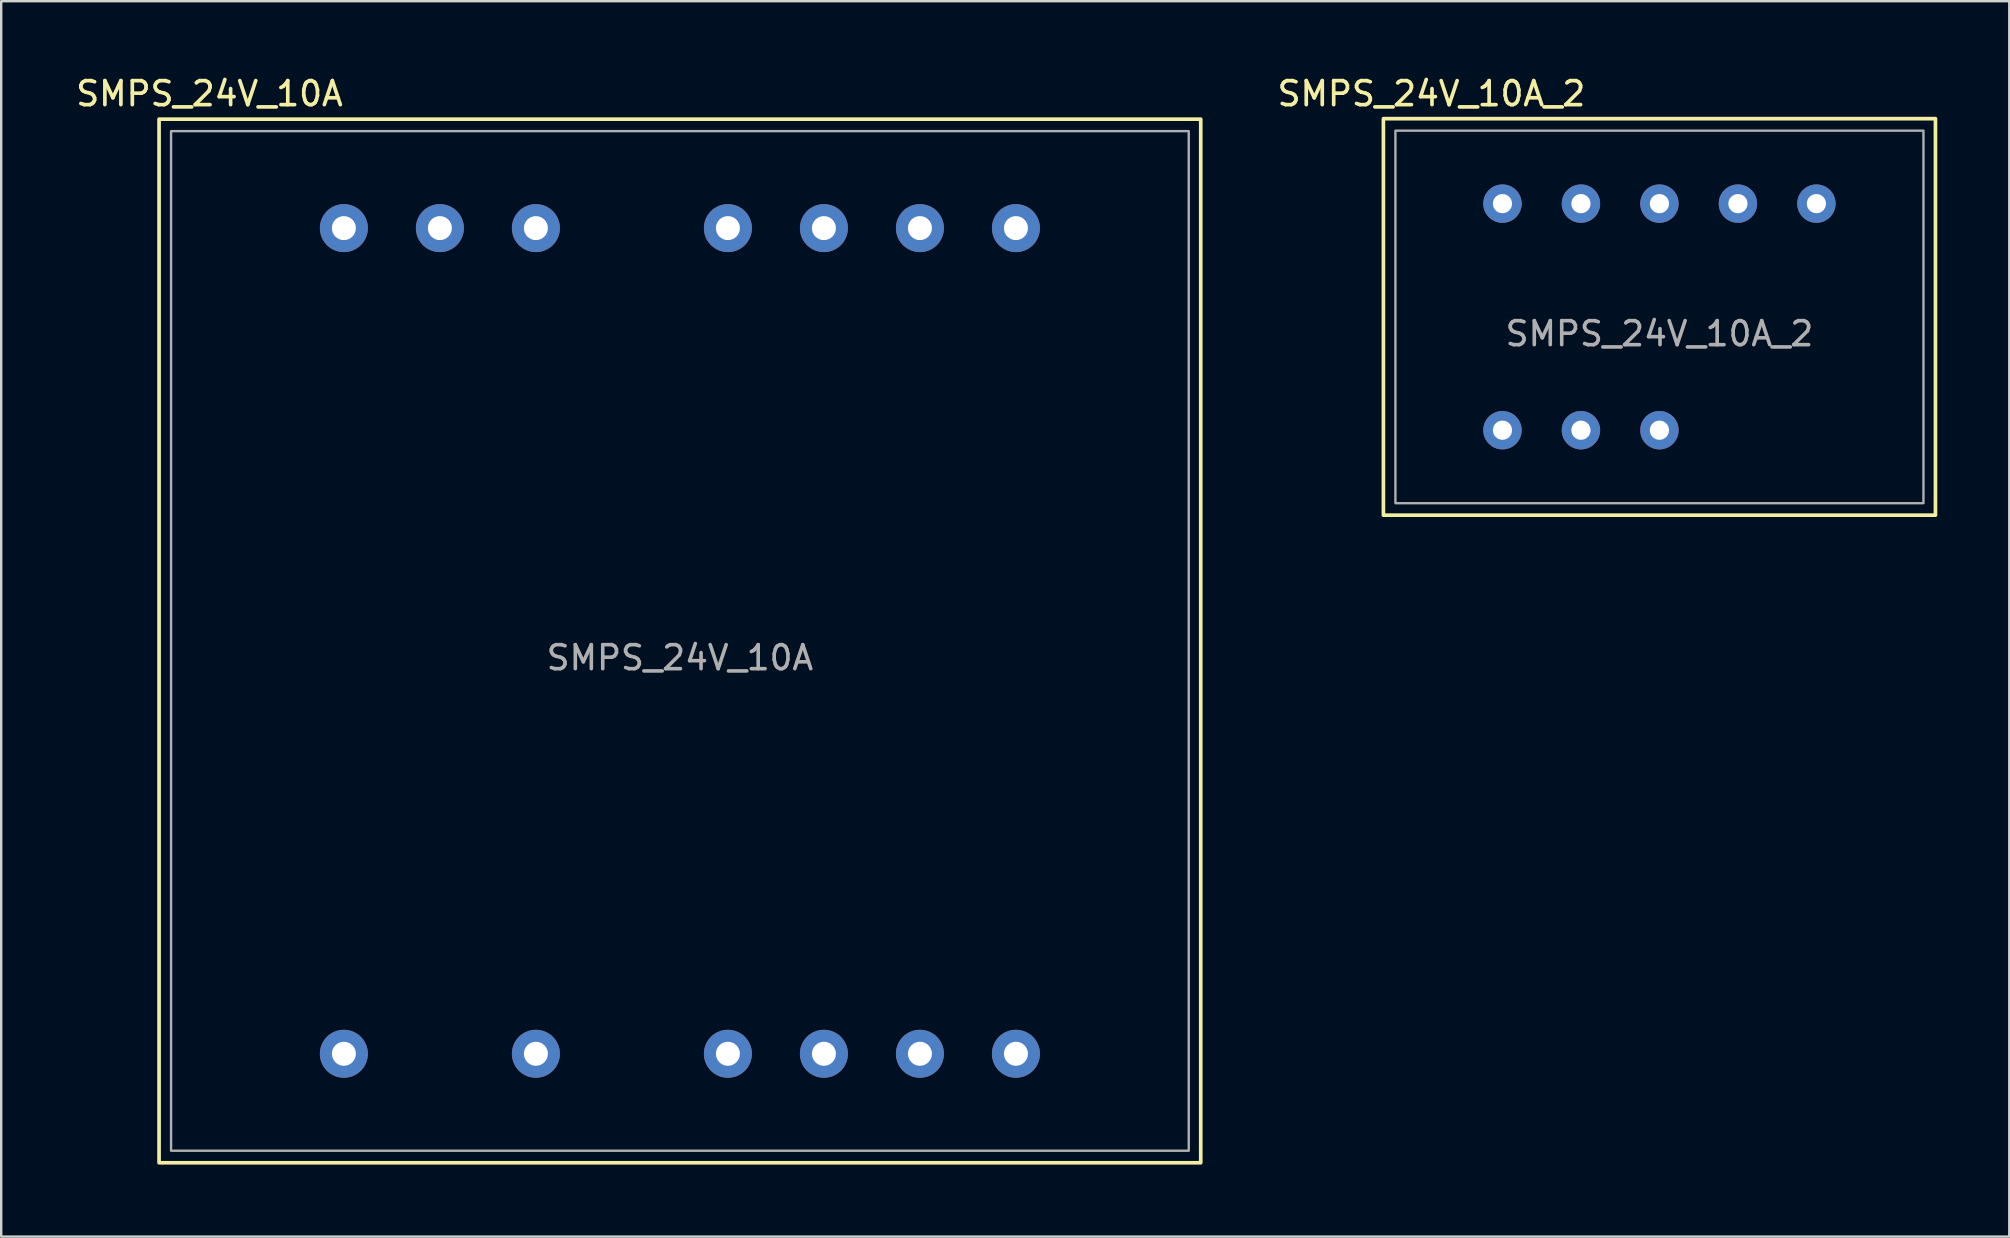
<source format=kicad_pcb>
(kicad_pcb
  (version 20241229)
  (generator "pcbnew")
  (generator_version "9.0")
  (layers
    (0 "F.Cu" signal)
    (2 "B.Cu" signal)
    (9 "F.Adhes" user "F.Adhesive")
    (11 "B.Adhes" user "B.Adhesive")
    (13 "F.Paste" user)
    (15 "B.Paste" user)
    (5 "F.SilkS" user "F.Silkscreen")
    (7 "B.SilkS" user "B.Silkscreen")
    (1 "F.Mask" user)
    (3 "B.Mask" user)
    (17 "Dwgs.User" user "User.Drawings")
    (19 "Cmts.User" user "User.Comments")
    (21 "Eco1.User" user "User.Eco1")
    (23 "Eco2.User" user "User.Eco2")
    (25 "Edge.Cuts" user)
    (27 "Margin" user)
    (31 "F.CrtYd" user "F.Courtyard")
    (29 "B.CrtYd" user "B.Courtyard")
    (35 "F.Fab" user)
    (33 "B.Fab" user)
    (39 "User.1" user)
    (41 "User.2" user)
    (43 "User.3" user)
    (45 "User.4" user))
  (footprint "SMPS_24V_10A"
    (layer "F.Cu")
    (at 25.277 23.654)
    (property "Reference" "SMPS_24V_10A" (at -19.6 -22.8 0) (unlocked yes) (layer "F.SilkS") (effects (font (size 1 1) (thickness 0.153))))
    (attr smd)
    (fp_rect (start -21.7 -21.74) (end 21.7 21.74) (stroke (width 0.153) (type solid)) (fill no) (layer "F.SilkS"))
    (fp_rect (start -21.7 -21.74) (end 21.7 21.74) (stroke (width 0.1) (type solid)) (fill no) (layer "Margin"))
    (fp_rect (start -21.2 -21.24) (end 21.2 21.24) (stroke (width 0.1) (type solid)) (fill no) (layer "F.Fab"))
    (fp_text user "${REFERENCE}" (at 0 0.7 0) (unlocked yes) (layer "F.Fab") (effects (font (size 1 1) (thickness 0.15))))
    (pad "1" thru_hole circle (at -14 17.2) (size 2 2) (drill 1) (layers "*.Cu" "*.Mask"))
    (pad "2" thru_hole circle (at -6 17.2) (size 2 2) (drill 1) (layers "*.Cu" "*.Mask"))
    (pad "3" thru_hole circle (at 2 17.2) (size 2 2) (drill 1) (layers "*.Cu" "*.Mask"))
    (pad "4" thru_hole circle (at 6 17.2) (size 2 2) (drill 1) (layers "*.Cu" "*.Mask"))
    (pad "5" thru_hole circle (at 10 17.2) (size 2 2) (drill 1) (layers "*.Cu" "*.Mask"))
    (pad "6" thru_hole circle (at 14 17.2) (size 2 2) (drill 1) (layers "*.Cu" "*.Mask"))
    (pad "7" thru_hole circle (at -14 -17.2) (size 2 2) (drill 1) (layers "*.Cu" "*.Mask"))
    (pad "8" thru_hole circle (at -10 -17.2) (size 2 2) (drill 1) (layers "*.Cu" "*.Mask"))
    (pad "9" thru_hole circle (at -6 -17.2) (size 2 2) (drill 1) (layers "*.Cu" "*.Mask"))
    (pad "10" thru_hole circle (at 2 -17.2) (size 2 2) (drill 1) (layers "*.Cu" "*.Mask"))
    (pad "11" thru_hole circle (at 6 -17.2) (size 2 2) (drill 1) (layers "*.Cu" "*.Mask"))
    (pad "12" thru_hole circle (at 10 -17.2) (size 2 2) (drill 1) (layers "*.Cu" "*.Mask"))
    (pad "13" thru_hole circle (at 14 -17.2) (size 2 2) (drill 1) (layers "*.Cu" "*.Mask")))
  (footprint "SMPS_24V_10A_2"
    (layer "F.Cu")
    (at 66.088 10.154)
    (property "Reference" "SMPS_24V_10A_2" (at -9.5 -9.3 0) (unlocked yes) (layer "F.SilkS") (effects (font (size 1 1) (thickness 0.153))))
    (attr smd)
    (fp_rect (start -11.5 -8.26) (end 11.5 8.26) (stroke (width 0.153) (type solid)) (fill no) (layer "F.SilkS"))
    (fp_rect (start -11.5 -8.26) (end 11.5 8.26) (stroke (width 0.1) (type solid)) (fill no) (layer "Margin"))
    (fp_rect (start -11 -7.76) (end 11 7.76) (stroke (width 0.1) (type solid)) (fill no) (layer "F.Fab"))
    (fp_text user "${REFERENCE}" (at 0 0.7 0) (unlocked yes) (layer "F.Fab") (effects (font (size 1 1) (thickness 0.15))))
    (pad "1" thru_hole circle (at -6.54 4.72) (size 1.6 1.6) (drill 0.8) (layers "*.Cu" "*.Mask"))
    (pad "2" thru_hole circle (at -3.27 4.72) (size 1.6 1.6) (drill 0.8) (layers "*.Cu" "*.Mask"))
    (pad "3" thru_hole circle (at 0 4.72) (size 1.6 1.6) (drill 0.8) (layers "*.Cu" "*.Mask"))
    (pad "4" thru_hole circle (at -6.54 -4.72) (size 1.6 1.6) (drill 0.8) (layers "*.Cu" "*.Mask"))
    (pad "5" thru_hole circle (at -3.27 -4.72) (size 1.6 1.6) (drill 0.8) (layers "*.Cu" "*.Mask"))
    (pad "6" thru_hole circle (at 0 -4.72) (size 1.6 1.6) (drill 0.8) (layers "*.Cu" "*.Mask"))
    (pad "7" thru_hole circle (at 3.27 -4.72) (size 1.6 1.6) (drill 0.8) (layers "*.Cu" "*.Mask"))
    (pad "8" thru_hole circle (at 6.54 -4.72) (size 1.6 1.6) (drill 0.8) (layers "*.Cu" "*.Mask")))
  (gr_rect
    (start -3 -3)
    (end 80.664 48.47)
    (stroke (width 0.1) (type default))
    (fill no)
    (layer "Edge.Cuts")))
</source>
